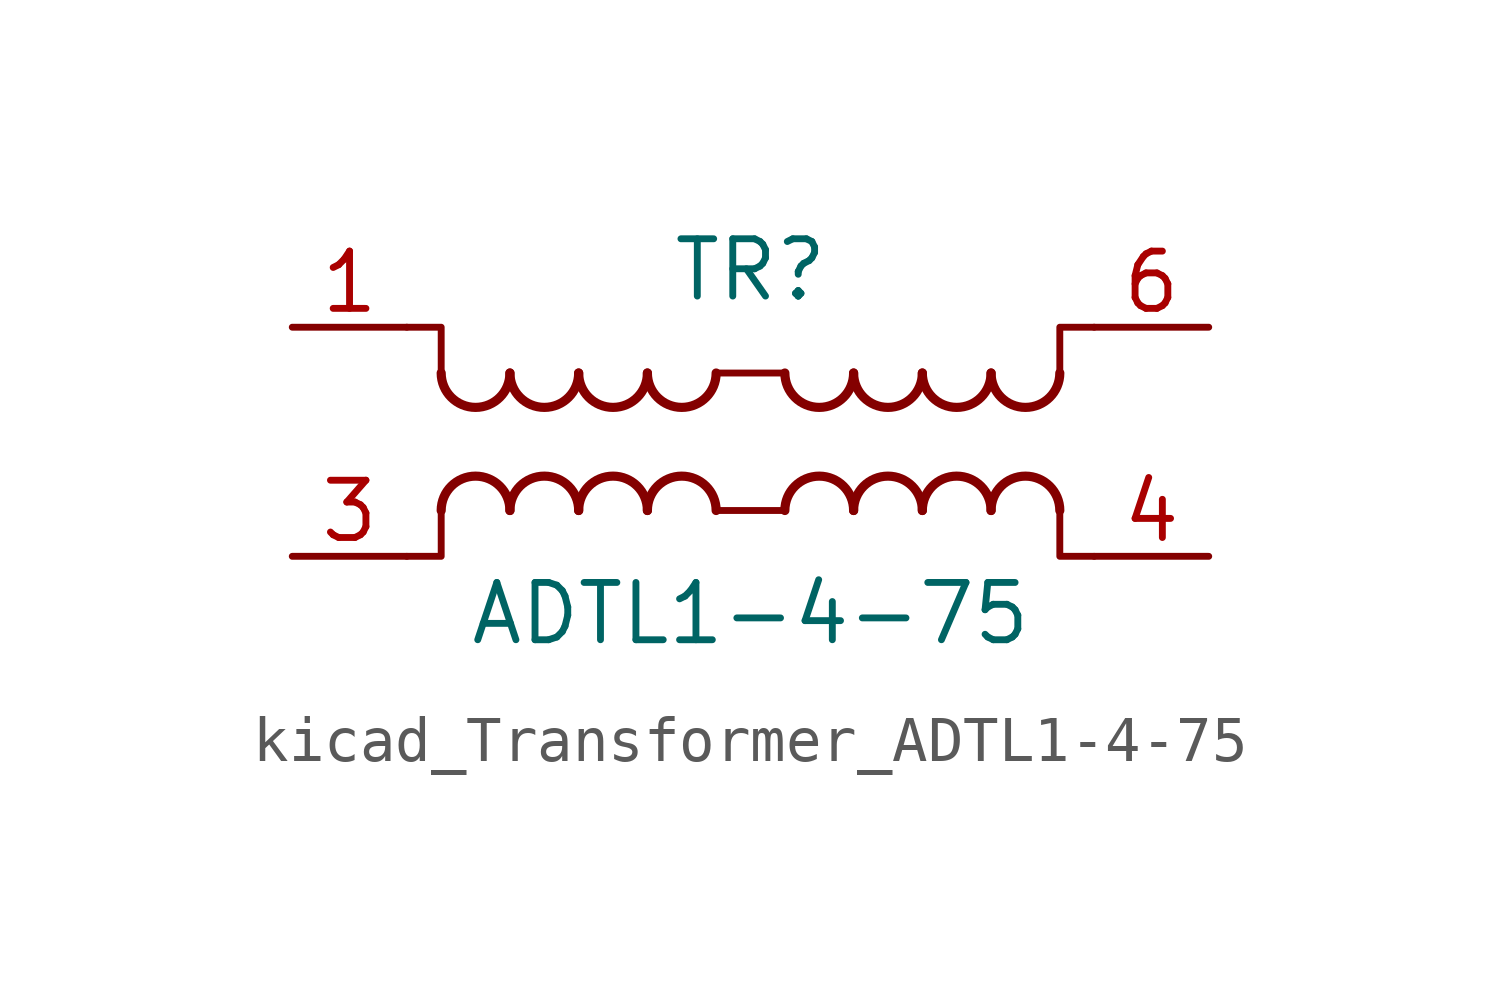
<source format=kicad_sym>
(kicad_symbol_lib
  (version 20220914)
  (generator kicad_symbol_editor)
  (symbol "kicad_Transformer_ADTL1-4-75"
    (pin_names hide)
    (property "Reference" "TR"
      (at 0 3.81 0)
      (effects (font (size 1.27 1.27))))
    (property "Value" "ADTL1-4-75"
      (at 0 -3.81 0)
      (effects (font (size 1.27 1.27))))
    (symbol "kicad_Transformer_ADTL1-4-75_0_1"
      (arc (start -6.858 1.524) (mid -6.096 0.7653) (end -5.334 1.524) (stroke (width 0.2032) (type default)) (fill (type none)))
      (arc (start -5.334 -1.524) (mid -6.096 -0.7653) (end -6.858 -1.524) (stroke (width 0.2032) (type default)) (fill (type none)))
      (arc (start -5.334 1.524) (mid -4.572 0.7653) (end -3.81 1.524) (stroke (width 0.2032) (type default)) (fill (type none)))
      (arc (start -3.81 -1.524) (mid -4.572 -0.7653) (end -5.334 -1.524) (stroke (width 0.2032) (type default)) (fill (type none)))
      (arc (start -3.81 1.524) (mid -3.048 0.7653) (end -2.286 1.524) (stroke (width 0.2032) (type default)) (fill (type none)))
      (arc (start -2.286 -1.524) (mid -3.048 -0.7653) (end -3.81 -1.524) (stroke (width 0.2032) (type default)) (fill (type none)))
      (arc (start -2.286 1.524) (mid -1.524 0.7653) (end -0.762 1.524) (stroke (width 0.2032) (type default)) (fill (type none)))
      (arc (start -0.762 -1.524) (mid -1.524 -0.7653) (end -2.286 -1.524) (stroke (width 0.2032) (type default)) (fill (type none)))
      (polyline (pts (xy -0.762 -1.524) (xy 0.762 -1.524)) (stroke (width 0) (type default)) (fill (type none)))
      (polyline (pts (xy -0.762 1.524) (xy 0.762 1.524)) (stroke (width 0) (type default)) (fill (type none)))
      (polyline (pts (xy -6.858 -1.524) (xy -6.858 -2.54) (xy -7.62 -2.54)) (stroke (width 0) (type default)) (fill (type none)))
      (polyline (pts (xy -6.858 1.524) (xy -6.858 2.54) (xy -7.62 2.54)) (stroke (width 0) (type default)) (fill (type none)))
      (polyline (pts (xy 6.858 -1.524) (xy 6.858 -2.54) (xy 7.62 -2.54)) (stroke (width 0) (type default)) (fill (type none)))
      (polyline (pts (xy 6.858 1.524) (xy 6.858 2.54) (xy 7.62 2.54)) (stroke (width 0) (type default)) (fill (type none)))
      (arc (start 0.762 1.524) (mid 1.524 0.7653) (end 2.286 1.524) (stroke (width 0.2032) (type default)) (fill (type none)))
      (arc (start 2.286 -1.524) (mid 1.524 -0.7653) (end 0.762 -1.524) (stroke (width 0.2032) (type default)) (fill (type none)))
      (arc (start 2.286 1.524) (mid 3.048 0.7653) (end 3.81 1.524) (stroke (width 0.2032) (type default)) (fill (type none)))
      (arc (start 3.81 -1.524) (mid 3.048 -0.7653) (end 2.286 -1.524) (stroke (width 0.2032) (type default)) (fill (type none)))
      (arc (start 3.81 1.524) (mid 4.572 0.7653) (end 5.334 1.524) (stroke (width 0.2032) (type default)) (fill (type none)))
      (arc (start 5.334 -1.524) (mid 4.572 -0.7653) (end 3.81 -1.524) (stroke (width 0.2032) (type default)) (fill (type none)))
      (arc (start 5.334 1.524) (mid 6.096 0.7653) (end 6.858 1.524) (stroke (width 0.2032) (type default)) (fill (type none)))
      (arc (start 6.858 -1.524) (mid 6.096 -0.7653) (end 5.334 -1.524) (stroke (width 0.2032) (type default)) (fill (type none))))
    (symbol "kicad_Transformer_ADTL1-4-75_1_1"
      (pin passive line (at -10.16 2.54 0) (length 2.54) (name "~" (effects (font (size 1.27 1.27)))) (number "1" (effects (font (size 1.27 1.27)))))
      (pin passive line (at -10.16 -2.54 0) (length 2.54) (name "~" (effects (font (size 1.27 1.27)))) (number "3" (effects (font (size 1.27 1.27)))))
      (pin passive line (at 10.16 -2.54 180) (length 2.54) (name "~" (effects (font (size 1.27 1.27)))) (number "4" (effects (font (size 1.27 1.27)))))
      (pin passive line (at 10.16 2.54 180) (length 2.54) (name "~" (effects (font (size 1.27 1.27)))) (number "6" (effects (font (size 1.27 1.27))))))))
</source>
